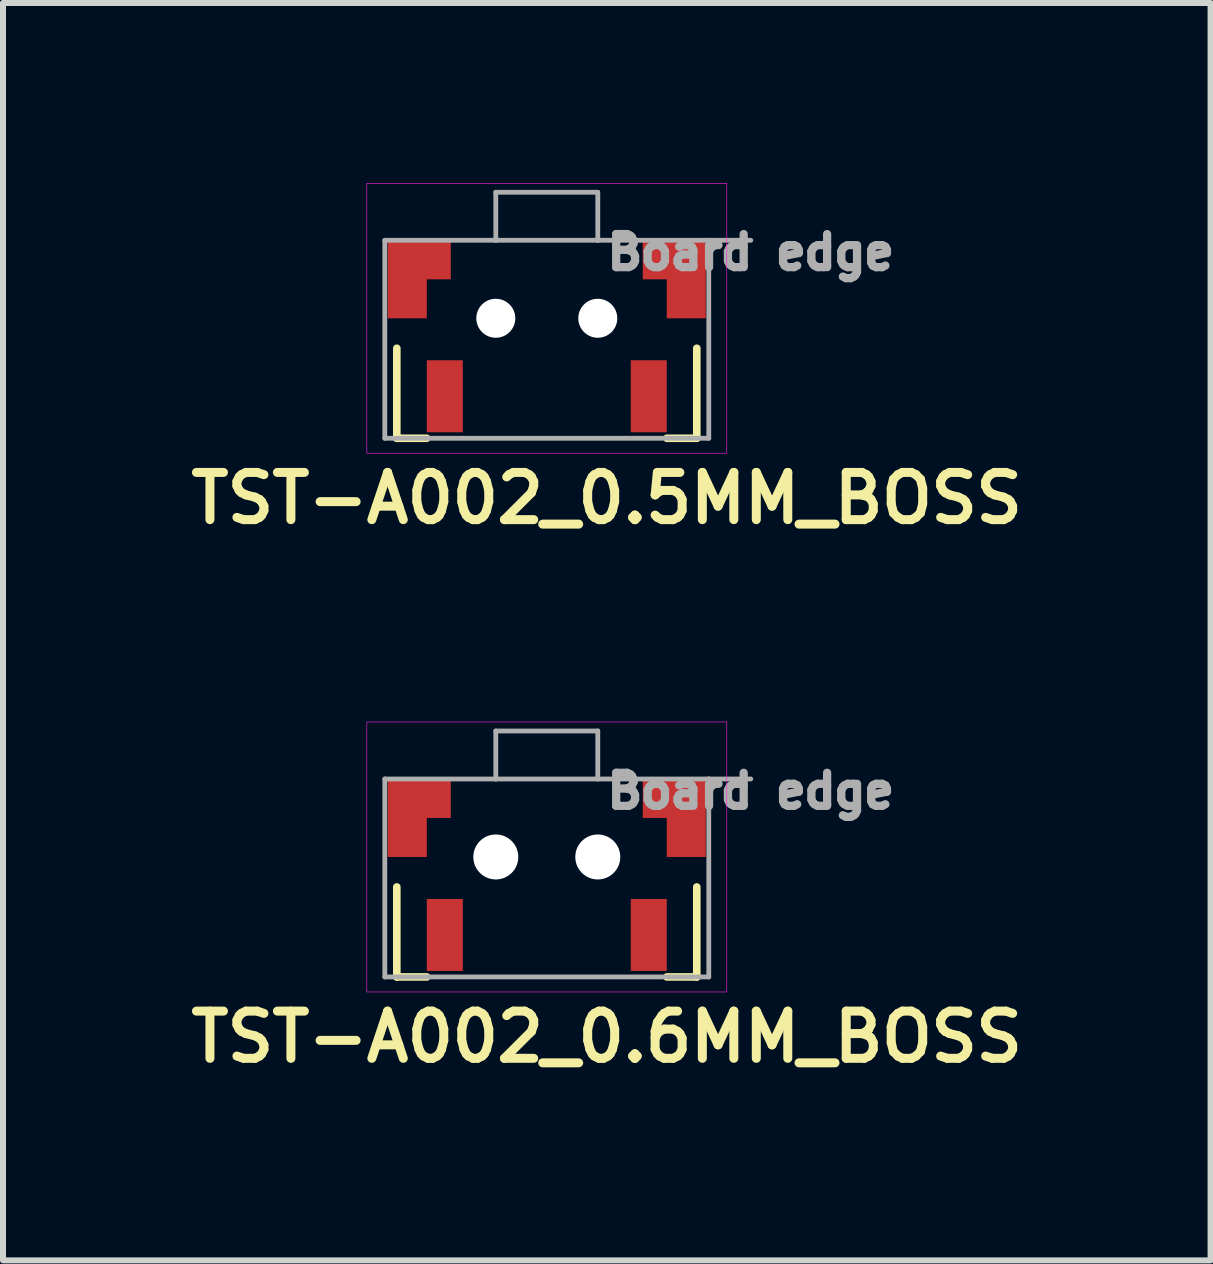
<source format=kicad_pcb>
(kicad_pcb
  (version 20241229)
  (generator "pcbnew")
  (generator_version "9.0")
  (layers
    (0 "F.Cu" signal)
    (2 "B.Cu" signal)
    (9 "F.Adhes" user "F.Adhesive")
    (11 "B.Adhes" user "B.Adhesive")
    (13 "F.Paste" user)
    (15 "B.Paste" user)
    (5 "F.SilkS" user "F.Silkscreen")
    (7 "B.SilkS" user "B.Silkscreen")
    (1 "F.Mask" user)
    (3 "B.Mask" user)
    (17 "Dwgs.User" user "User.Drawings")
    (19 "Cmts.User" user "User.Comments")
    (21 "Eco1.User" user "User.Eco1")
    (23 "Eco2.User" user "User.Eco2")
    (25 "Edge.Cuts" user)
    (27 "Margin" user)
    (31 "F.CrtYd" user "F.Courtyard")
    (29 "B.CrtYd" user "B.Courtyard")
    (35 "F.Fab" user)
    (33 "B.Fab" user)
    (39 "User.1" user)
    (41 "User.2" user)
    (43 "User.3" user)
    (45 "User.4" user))
  (footprint "TST-A002_0.5MM_BOSS"
    (layer "F.Cu")
    (at 6.064 2.255)
    (property "Reference" "TST-A002_0.5MM_BOSS" (at 1 3 0) (layer "F.SilkS") (effects (font (size 0.787 0.787) (thickness 0.15))))
    (attr smd)
    (fp_poly (pts (xy -2 0) (xy -2 -0.65) (xy -1.6 -0.65) (xy -1.6 -1.3) (xy -2.65 -1.3) (xy -2.65 0)) (stroke (width 0.001) (type solid)) (fill yes) (layer "F.Cu"))
    (fp_poly (pts (xy 2 0) (xy 2 -0.65) (xy 1.6 -0.65) (xy 1.6 -1.3) (xy 2.65 -1.3) (xy 2.65 0)) (stroke (width 0.001) (type solid)) (fill yes) (layer "F.Cu"))
    (fp_poly (pts (xy 2.7 0.05) (xy 2.7 -1.35) (xy 1.55 -1.35) (xy 1.55 -0.6) (xy 1.95 -0.6) (xy 1.95 0.05)) (stroke (width 0.001) (type solid)) (fill yes) (layer "F.Mask"))
    (fp_poly (pts (xy -2.7 0.05) (xy -2.7 -1.35) (xy -1.55 -1.35) (xy -1.55 -1.3) (xy -1.55 -0.6) (xy -1.95 -0.6) (xy -1.95 0.05)) (stroke (width 0.001) (type solid)) (fill yes) (layer "F.Mask"))
    (fp_line (start -2.5 0.5) (end -2.5 2) (stroke (width 0.127) (type solid)) (layer "F.SilkS"))
    (fp_line (start -2.5 2) (end -2 2) (stroke (width 0.127) (type solid)) (layer "F.SilkS"))
    (fp_line (start 2 2) (end 2.5 2) (stroke (width 0.127) (type solid)) (layer "F.SilkS"))
    (fp_line (start 2.5 2) (end 2.5 0.5) (stroke (width 0.127) (type solid)) (layer "F.SilkS"))
    (fp_poly (pts (xy -2 0) (xy -2 -0.65) (xy -1.6 -0.65) (xy -1.6 -1.3) (xy -2.65 -1.3) (xy -2.65 0)) (stroke (width 0.001) (type solid)) (fill yes) (layer "F.Paste"))
    (fp_poly (pts (xy 2 0) (xy 2 -0.65) (xy 1.6 -0.65) (xy 1.6 -1.3) (xy 2.65 -1.3) (xy 2.65 0)) (stroke (width 0.001) (type solid)) (fill yes) (layer "F.Paste"))
    (fp_poly (pts (xy -3 -2.25) (xy 3 -2.25) (xy 3 2.25) (xy -3 2.25)) (stroke (width 0.01) (type solid)) (fill no) (layer "F.CrtYd"))
    (fp_line (start -2.7 -1.3) (end -2.7 2) (stroke (width 0.08) (type solid)) (layer "F.Fab"))
    (fp_line (start -2.7 2) (end 2.7 2) (stroke (width 0.08) (type solid)) (layer "F.Fab"))
    (fp_line (start -0.85 -2.1) (end 0.85 -2.1) (stroke (width 0.08) (type solid)) (layer "F.Fab"))
    (fp_line (start -0.85 -1.3) (end -2.7 -1.3) (stroke (width 0.08) (type solid)) (layer "F.Fab"))
    (fp_line (start -0.85 -1.3) (end -0.85 -2.1) (stroke (width 0.08) (type solid)) (layer "F.Fab"))
    (fp_line (start 0.85 -2.1) (end 0.85 -1.3) (stroke (width 0.08) (type solid)) (layer "F.Fab"))
    (fp_line (start 0.85 -1.3) (end -0.85 -1.3) (stroke (width 0.08) (type solid)) (layer "F.Fab"))
    (fp_line (start 2.7 -1.3) (end 0.85 -1.3) (stroke (width 0.08) (type solid)) (layer "F.Fab"))
    (fp_line (start 2.7 -1.3) (end 3.4 -1.3) (stroke (width 0.08) (type solid)) (layer "F.Fab"))
    (fp_line (start 2.7 2) (end 2.7 -1.3) (stroke (width 0.08) (type solid)) (layer "F.Fab"))
    (fp_text user "Board edge" (at 3.4 -1.1 0) (layer "F.Fab") (effects (font (size 0.551 0.551) (thickness 0.15))))
    (pad "" np_thru_hole circle (at -0.85 0) (size 0.65 0.65) (drill 0.65) (layers "*.Cu" "*.Mask"))
    (pad "" np_thru_hole circle (at 0.85 0) (size 0.65 0.65) (drill 0.65) (layers "*.Cu" "*.Mask"))
    (pad "1" smd rect (at -1.7 1.3) (size 0.6 1.2) (layers "F.Cu" "F.Mask" "F.Paste"))
    (pad "2" smd rect (at 1.7 1.3) (size 0.6 1.2) (layers "F.Cu" "F.Mask" "F.Paste")))
  (footprint "TST-A002_0.6MM_BOSS"
    (layer "F.Cu")
    (at 6.064 11.234)
    (property "Reference" "TST-A002_0.6MM_BOSS" (at 1 3 0) (layer "F.SilkS") (effects (font (size 0.787 0.787) (thickness 0.15))))
    (attr smd)
    (fp_poly (pts (xy -2 0) (xy -2 -0.65) (xy -1.6 -0.65) (xy -1.6 -1.3) (xy -2.65 -1.3) (xy -2.65 0)) (stroke (width 0.001) (type solid)) (fill yes) (layer "F.Cu"))
    (fp_poly (pts (xy 2 0) (xy 2 -0.65) (xy 1.6 -0.65) (xy 1.6 -1.3) (xy 2.65 -1.3) (xy 2.65 0)) (stroke (width 0.001) (type solid)) (fill yes) (layer "F.Cu"))
    (fp_poly (pts (xy 2.7 0.05) (xy 2.7 -1.35) (xy 1.55 -1.35) (xy 1.55 -0.6) (xy 1.95 -0.6) (xy 1.95 0.05)) (stroke (width 0.001) (type solid)) (fill yes) (layer "F.Mask"))
    (fp_poly (pts (xy -2.7 0.05) (xy -2.7 -1.35) (xy -1.55 -1.35) (xy -1.55 -1.3) (xy -1.55 -0.6) (xy -1.95 -0.6) (xy -1.95 0.05)) (stroke (width 0.001) (type solid)) (fill yes) (layer "F.Mask"))
    (fp_line (start -2.5 0.5) (end -2.5 2) (stroke (width 0.127) (type solid)) (layer "F.SilkS"))
    (fp_line (start -2.5 2) (end -2 2) (stroke (width 0.127) (type solid)) (layer "F.SilkS"))
    (fp_line (start 2 2) (end 2.5 2) (stroke (width 0.127) (type solid)) (layer "F.SilkS"))
    (fp_line (start 2.5 2) (end 2.5 0.5) (stroke (width 0.127) (type solid)) (layer "F.SilkS"))
    (fp_poly (pts (xy -2 0) (xy -2 -0.65) (xy -1.6 -0.65) (xy -1.6 -1.3) (xy -2.65 -1.3) (xy -2.65 0)) (stroke (width 0.001) (type solid)) (fill yes) (layer "F.Paste"))
    (fp_poly (pts (xy 2 0) (xy 2 -0.65) (xy 1.6 -0.65) (xy 1.6 -1.3) (xy 2.65 -1.3) (xy 2.65 0)) (stroke (width 0.001) (type solid)) (fill yes) (layer "F.Paste"))
    (fp_poly (pts (xy -3 -2.25) (xy 3 -2.25) (xy 3 2.25) (xy -3 2.25)) (stroke (width 0.01) (type solid)) (fill no) (layer "F.CrtYd"))
    (fp_line (start -2.7 -1.3) (end -2.7 2) (stroke (width 0.08) (type solid)) (layer "F.Fab"))
    (fp_line (start -2.7 2) (end 2.7 2) (stroke (width 0.08) (type solid)) (layer "F.Fab"))
    (fp_line (start -0.85 -2.1) (end 0.85 -2.1) (stroke (width 0.08) (type solid)) (layer "F.Fab"))
    (fp_line (start -0.85 -1.3) (end -2.7 -1.3) (stroke (width 0.08) (type solid)) (layer "F.Fab"))
    (fp_line (start -0.85 -1.3) (end -0.85 -2.1) (stroke (width 0.08) (type solid)) (layer "F.Fab"))
    (fp_line (start 0.85 -2.1) (end 0.85 -1.3) (stroke (width 0.08) (type solid)) (layer "F.Fab"))
    (fp_line (start 0.85 -1.3) (end -0.85 -1.3) (stroke (width 0.08) (type solid)) (layer "F.Fab"))
    (fp_line (start 2.7 -1.3) (end 0.85 -1.3) (stroke (width 0.08) (type solid)) (layer "F.Fab"))
    (fp_line (start 2.7 -1.3) (end 3.4 -1.3) (stroke (width 0.08) (type solid)) (layer "F.Fab"))
    (fp_line (start 2.7 2) (end 2.7 -1.3) (stroke (width 0.08) (type solid)) (layer "F.Fab"))
    (fp_text user "Board edge" (at 3.4 -1.1 0) (layer "F.Fab") (effects (font (size 0.551 0.551) (thickness 0.15))))
    (pad "" np_thru_hole circle (at -0.85 0) (size 0.75 0.75) (drill 0.75) (layers "*.Cu" "*.Mask"))
    (pad "" np_thru_hole circle (at 0.85 0) (size 0.75 0.75) (drill 0.75) (layers "*.Cu" "*.Mask"))
    (pad "1" smd rect (at -1.7 1.3) (size 0.6 1.2) (layers "F.Cu" "F.Mask" "F.Paste"))
    (pad "2" smd rect (at 1.7 1.3) (size 0.6 1.2) (layers "F.Cu" "F.Mask" "F.Paste")))
  (gr_rect
    (start -3 -3)
    (end 17.128 17.958)
    (stroke (width 0.1) (type default))
    (fill no)
    (layer "Edge.Cuts")))
</source>
